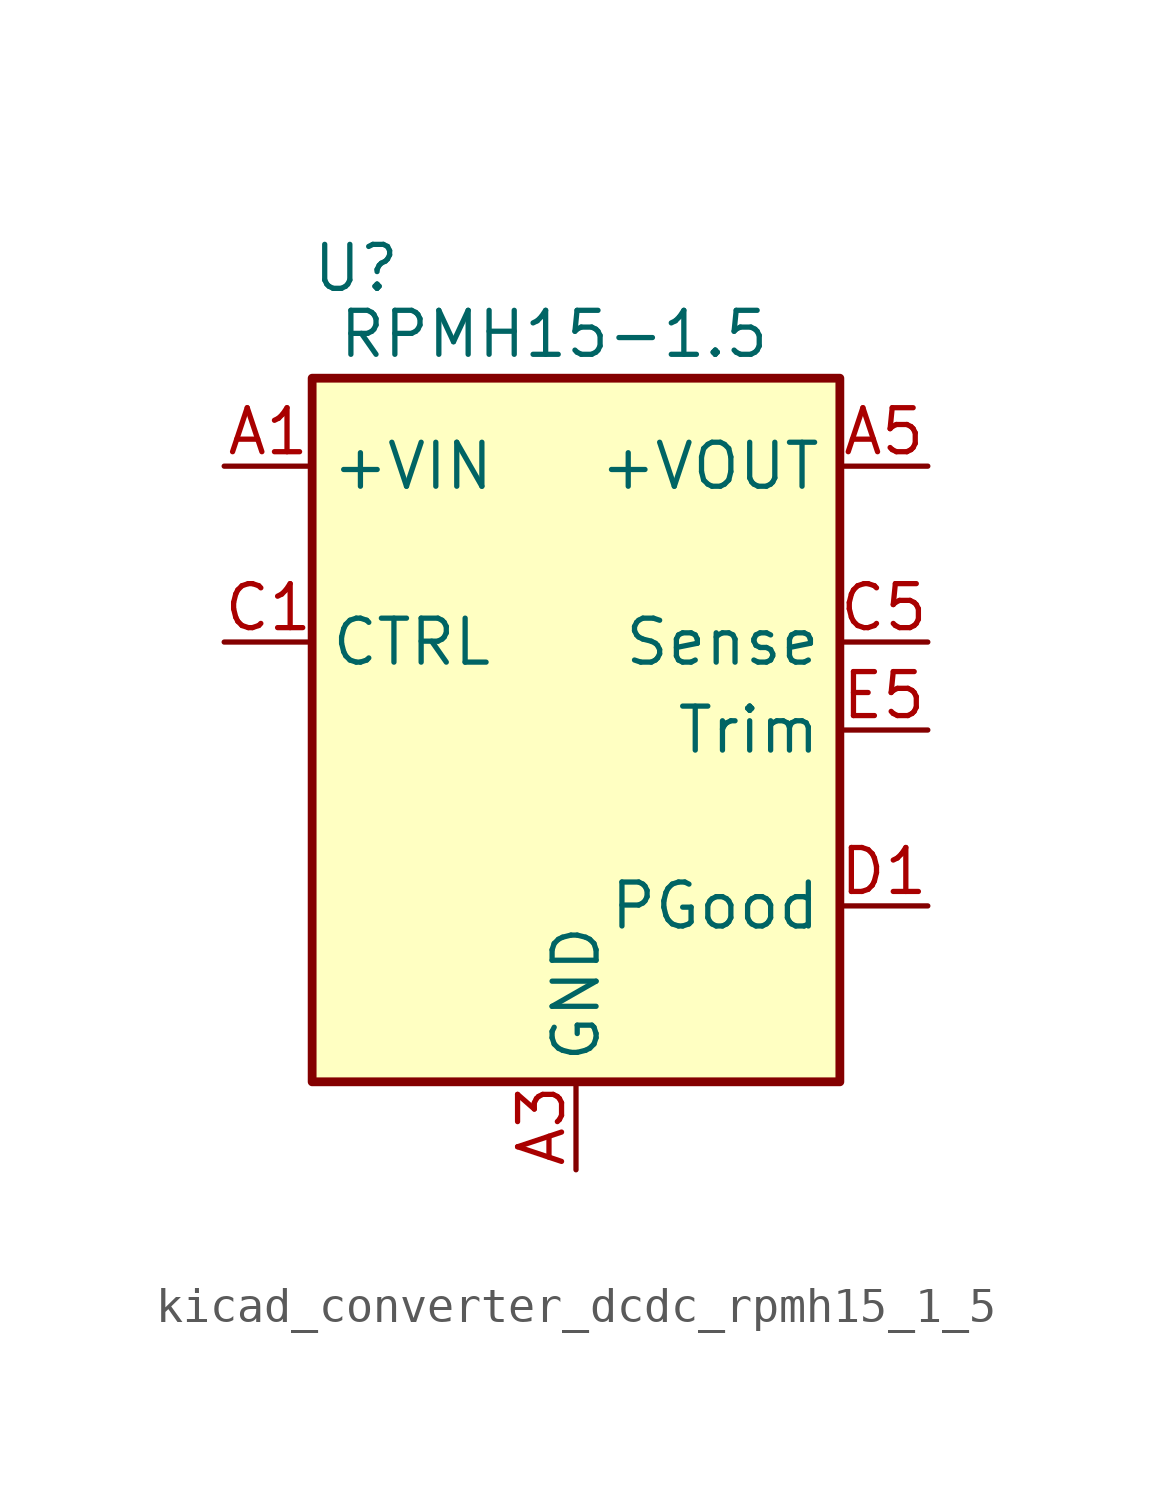
<source format=kicad_sym>
(kicad_symbol_lib
  (version 20220914)
  (generator kicad_symbol_editor)
  (symbol "kicad_converter_dcdc_rpmh15_1_5"
    (property "Reference" "U"
      (at -6.35 13.335 0)
      (effects (font (size 1.27 1.27))))
    (property "Value" "RPMH15-1.5"
      (at -0.635 11.43 0)
      (effects (font (size 1.27 1.27))))
    (symbol "kicad_converter_dcdc_rpmh15_1_5_0_1"
      (rectangle (start -7.62 10.16) (end 7.62 -10.16) (stroke (width 0.254) (type default)) (fill (type background))))
    (symbol "kicad_converter_dcdc_rpmh15_1_5_1_1"
      (pin power_in line (at -10.16 7.62 0) (length 2.54) (name "+VIN" (effects (font (size 1.27 1.27)))) (number "A1" (effects (font (size 1.27 1.27)))))
      (pin passive line (at -10.16 7.62 0) (length 2.54) hide (name "+VIN" (effects (font (size 1.27 1.27)))) (number "A2" (effects (font (size 1.27 1.27)))))
      (pin power_in line (at 0 -12.7 90) (length 2.54) (name "GND" (effects (font (size 1.27 1.27)))) (number "A3" (effects (font (size 1.27 1.27)))))
      (pin passive line (at 0 -12.7 90) (length 2.54) hide (name "GND" (effects (font (size 1.27 1.27)))) (number "A4" (effects (font (size 1.27 1.27)))))
      (pin power_out line (at 10.16 7.62 180) (length 2.54) (name "+VOUT" (effects (font (size 1.27 1.27)))) (number "A5" (effects (font (size 1.27 1.27)))))
      (pin passive line (at 0 -12.7 90) (length 2.54) hide (name "GND" (effects (font (size 1.27 1.27)))) (number "B1" (effects (font (size 1.27 1.27)))))
      (pin passive line (at 0 -12.7 90) (length 2.54) hide (name "GND" (effects (font (size 1.27 1.27)))) (number "B2" (effects (font (size 1.27 1.27)))))
      (pin passive line (at 0 -12.7 90) (length 2.54) hide (name "GND" (effects (font (size 1.27 1.27)))) (number "B3" (effects (font (size 1.27 1.27)))))
      (pin passive line (at 0 -12.7 90) (length 2.54) hide (name "GND" (effects (font (size 1.27 1.27)))) (number "B4" (effects (font (size 1.27 1.27)))))
      (pin passive line (at 10.16 7.62 180) (length 2.54) hide (name "+VOUT" (effects (font (size 1.27 1.27)))) (number "B5" (effects (font (size 1.27 1.27)))))
      (pin input line (at -10.16 2.54 0) (length 2.54) (name "CTRL" (effects (font (size 1.27 1.27)))) (number "C1" (effects (font (size 1.27 1.27)))))
      (pin passive line (at 0 -12.7 90) (length 2.54) hide (name "GND" (effects (font (size 1.27 1.27)))) (number "C2" (effects (font (size 1.27 1.27)))))
      (pin passive line (at 0 -12.7 90) (length 2.54) hide (name "GND" (effects (font (size 1.27 1.27)))) (number "C3" (effects (font (size 1.27 1.27)))))
      (pin passive line (at 0 -12.7 90) (length 2.54) hide (name "GND" (effects (font (size 1.27 1.27)))) (number "C4" (effects (font (size 1.27 1.27)))))
      (pin input line (at 10.16 2.54 180) (length 2.54) (name "Sense" (effects (font (size 1.27 1.27)))) (number "C5" (effects (font (size 1.27 1.27)))))
      (pin output line (at 10.16 -5.08 180) (length 2.54) (name "PGood" (effects (font (size 1.27 1.27)))) (number "D1" (effects (font (size 1.27 1.27)))))
      (pin passive line (at 0 -12.7 90) (length 2.54) hide (name "GND" (effects (font (size 1.27 1.27)))) (number "D2" (effects (font (size 1.27 1.27)))))
      (pin passive line (at 0 -12.7 90) (length 2.54) hide (name "GND" (effects (font (size 1.27 1.27)))) (number "D3" (effects (font (size 1.27 1.27)))))
      (pin passive line (at 0 -12.7 90) (length 2.54) hide (name "GND" (effects (font (size 1.27 1.27)))) (number "D4" (effects (font (size 1.27 1.27)))))
      (pin passive line (at 0 -12.7 90) (length 2.54) hide (name "GND" (effects (font (size 1.27 1.27)))) (number "D5" (effects (font (size 1.27 1.27)))))
      (pin no_connect line (at -7.62 -2.54 0) (length 2.54) hide (name "NC" (effects (font (size 1.27 1.27)))) (number "E1" (effects (font (size 1.27 1.27)))))
      (pin no_connect line (at -7.62 -5.08 0) (length 2.54) hide (name "NC" (effects (font (size 1.27 1.27)))) (number "E2" (effects (font (size 1.27 1.27)))))
      (pin passive line (at 0 -12.7 90) (length 2.54) hide (name "GND" (effects (font (size 1.27 1.27)))) (number "E3" (effects (font (size 1.27 1.27)))))
      (pin passive line (at 0 -12.7 90) (length 2.54) hide (name "GND" (effects (font (size 1.27 1.27)))) (number "E4" (effects (font (size 1.27 1.27)))))
      (pin input line (at 10.16 0 180) (length 2.54) (name "Trim" (effects (font (size 1.27 1.27)))) (number "E5" (effects (font (size 1.27 1.27))))))))
</source>
